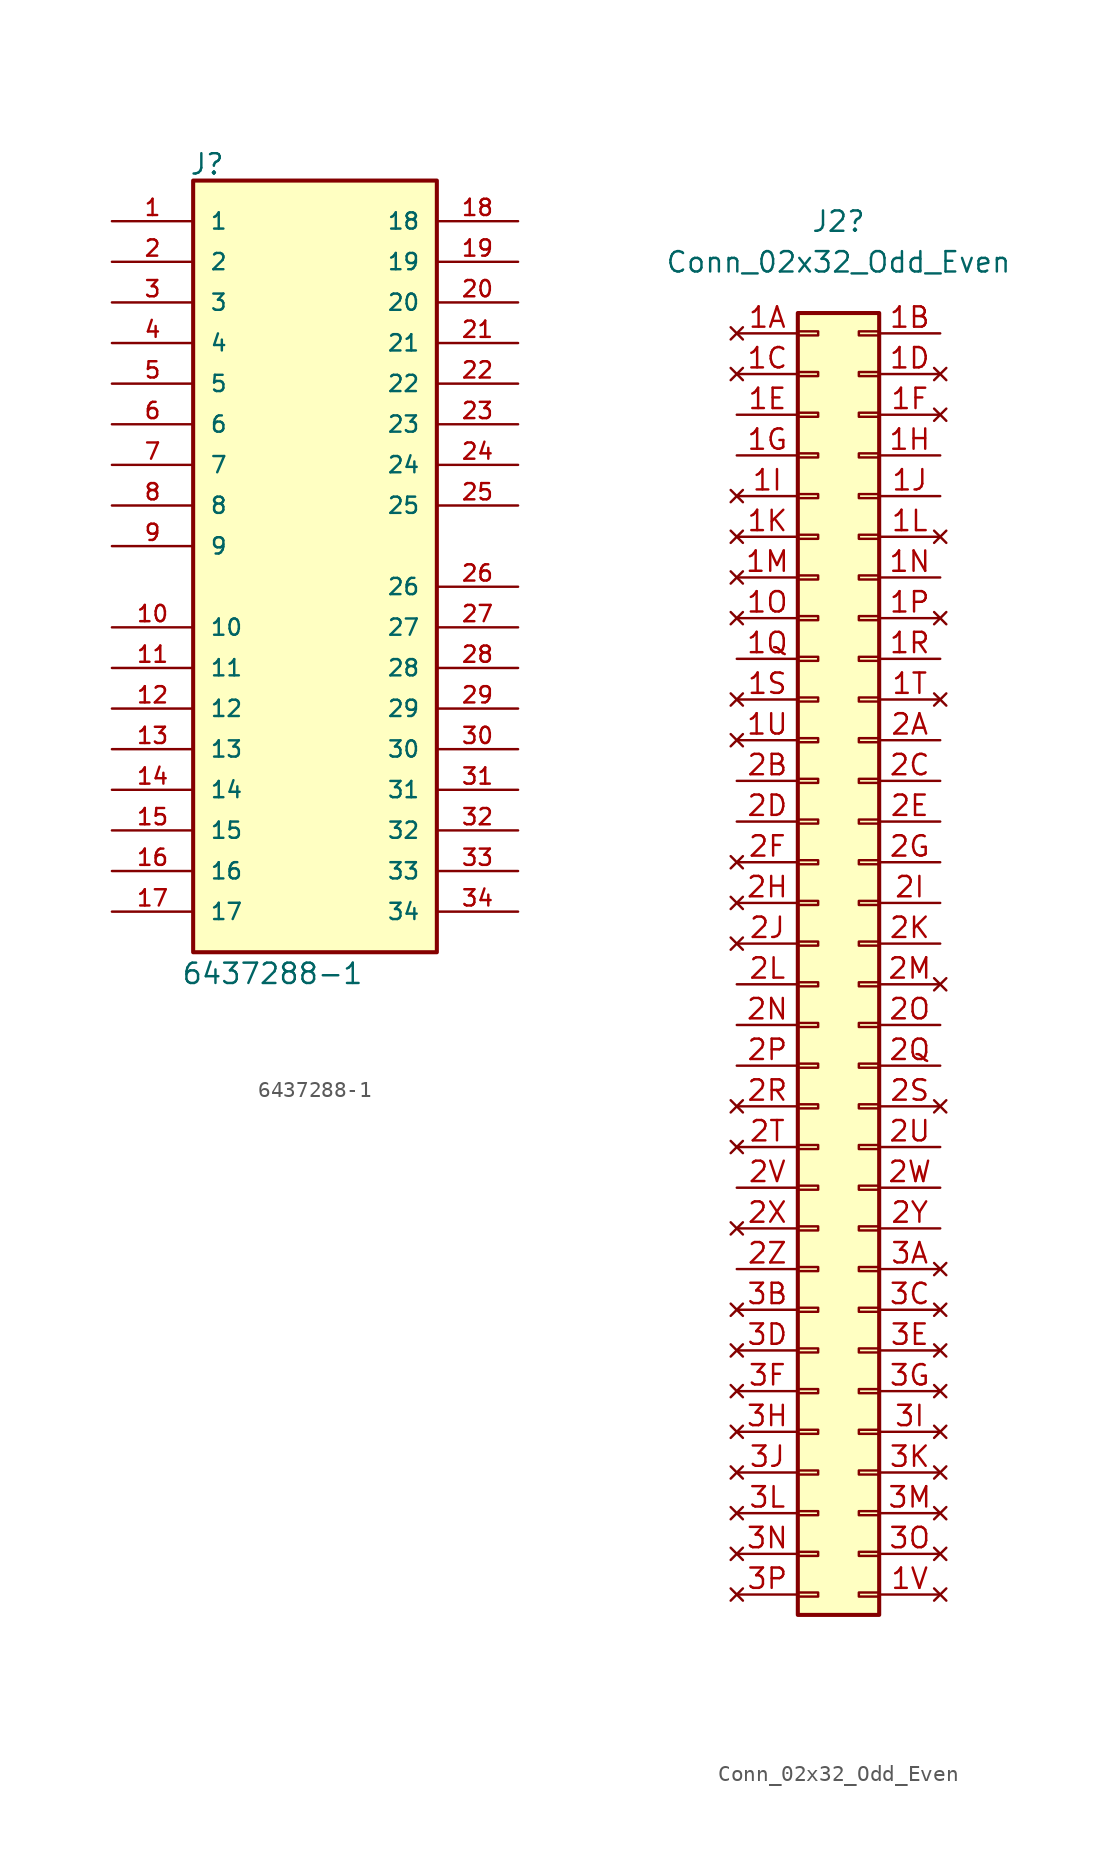
<source format=kicad_sym>
(kicad_symbol_lib
  (version 20211014)
  (generator kicad_symbol_editor)
  (symbol "6437288-1"
    (pin_names
      (offset 1.016))
    (property "Reference" "J"
      (at -7.874 25.679 0)
      (effects (font (size 1.27 1.27)) (justify left bottom)))
    (property "Value" "6437288-1"
      (at -8.382 -24.943 0)
      (effects (font (size 1.27 1.27)) (justify left bottom)))
    (symbol "6437288-1_0_0"
      (rectangle (start -7.62 -22.86) (end 7.62 25.4) (stroke (width 0.254) (type default) (color 0 0 0 0)) (fill (type background)))
      (pin passive line (at -12.7 22.86 0) (length 5.08) (name "1" (effects (font (size 1.016 1.016)))) (number "1" (effects (font (size 1.016 1.016)))))
      (pin passive line (at -12.7 -2.54 0) (length 5.08) (name "10" (effects (font (size 1.016 1.016)))) (number "10" (effects (font (size 1.016 1.016)))))
      (pin passive line (at -12.7 -5.08 0) (length 5.08) (name "11" (effects (font (size 1.016 1.016)))) (number "11" (effects (font (size 1.016 1.016)))))
      (pin passive line (at -12.7 -7.62 0) (length 5.08) (name "12" (effects (font (size 1.016 1.016)))) (number "12" (effects (font (size 1.016 1.016)))))
      (pin passive line (at -12.7 -10.16 0) (length 5.08) (name "13" (effects (font (size 1.016 1.016)))) (number "13" (effects (font (size 1.016 1.016)))))
      (pin passive line (at -12.7 -12.7 0) (length 5.08) (name "14" (effects (font (size 1.016 1.016)))) (number "14" (effects (font (size 1.016 1.016)))))
      (pin passive line (at -12.7 -15.24 0) (length 5.08) (name "15" (effects (font (size 1.016 1.016)))) (number "15" (effects (font (size 1.016 1.016)))))
      (pin passive line (at -12.7 -17.78 0) (length 5.08) (name "16" (effects (font (size 1.016 1.016)))) (number "16" (effects (font (size 1.016 1.016)))))
      (pin passive line (at -12.7 -20.32 0) (length 5.08) (name "17" (effects (font (size 1.016 1.016)))) (number "17" (effects (font (size 1.016 1.016)))))
      (pin passive line (at 12.7 22.86 180) (length 5.08) (name "18" (effects (font (size 1.016 1.016)))) (number "18" (effects (font (size 1.016 1.016)))))
      (pin passive line (at 12.7 20.32 180) (length 5.08) (name "19" (effects (font (size 1.016 1.016)))) (number "19" (effects (font (size 1.016 1.016)))))
      (pin passive line (at -12.7 20.32 0) (length 5.08) (name "2" (effects (font (size 1.016 1.016)))) (number "2" (effects (font (size 1.016 1.016)))))
      (pin passive line (at 12.7 17.78 180) (length 5.08) (name "20" (effects (font (size 1.016 1.016)))) (number "20" (effects (font (size 1.016 1.016)))))
      (pin passive line (at 12.7 15.24 180) (length 5.08) (name "21" (effects (font (size 1.016 1.016)))) (number "21" (effects (font (size 1.016 1.016)))))
      (pin passive line (at 12.7 12.7 180) (length 5.08) (name "22" (effects (font (size 1.016 1.016)))) (number "22" (effects (font (size 1.016 1.016)))))
      (pin passive line (at 12.7 10.16 180) (length 5.08) (name "23" (effects (font (size 1.016 1.016)))) (number "23" (effects (font (size 1.016 1.016)))))
      (pin passive line (at 12.7 7.62 180) (length 5.08) (name "24" (effects (font (size 1.016 1.016)))) (number "24" (effects (font (size 1.016 1.016)))))
      (pin passive line (at 12.7 5.08 180) (length 5.08) (name "25" (effects (font (size 1.016 1.016)))) (number "25" (effects (font (size 1.016 1.016)))))
      (pin passive line (at 12.7 0 180) (length 5.08) (name "26" (effects (font (size 1.016 1.016)))) (number "26" (effects (font (size 1.016 1.016)))))
      (pin passive line (at 12.7 -2.54 180) (length 5.08) (name "27" (effects (font (size 1.016 1.016)))) (number "27" (effects (font (size 1.016 1.016)))))
      (pin passive line (at 12.7 -5.08 180) (length 5.08) (name "28" (effects (font (size 1.016 1.016)))) (number "28" (effects (font (size 1.016 1.016)))))
      (pin passive line (at 12.7 -7.62 180) (length 5.08) (name "29" (effects (font (size 1.016 1.016)))) (number "29" (effects (font (size 1.016 1.016)))))
      (pin passive line (at -12.7 17.78 0) (length 5.08) (name "3" (effects (font (size 1.016 1.016)))) (number "3" (effects (font (size 1.016 1.016)))))
      (pin passive line (at 12.7 -10.16 180) (length 5.08) (name "30" (effects (font (size 1.016 1.016)))) (number "30" (effects (font (size 1.016 1.016)))))
      (pin passive line (at 12.7 -12.7 180) (length 5.08) (name "31" (effects (font (size 1.016 1.016)))) (number "31" (effects (font (size 1.016 1.016)))))
      (pin passive line (at 12.7 -15.24 180) (length 5.08) (name "32" (effects (font (size 1.016 1.016)))) (number "32" (effects (font (size 1.016 1.016)))))
      (pin passive line (at 12.7 -17.78 180) (length 5.08) (name "33" (effects (font (size 1.016 1.016)))) (number "33" (effects (font (size 1.016 1.016)))))
      (pin passive line (at 12.7 -20.32 180) (length 5.08) (name "34" (effects (font (size 1.016 1.016)))) (number "34" (effects (font (size 1.016 1.016)))))
      (pin passive line (at -12.7 15.24 0) (length 5.08) (name "4" (effects (font (size 1.016 1.016)))) (number "4" (effects (font (size 1.016 1.016)))))
      (pin passive line (at -12.7 12.7 0) (length 5.08) (name "5" (effects (font (size 1.016 1.016)))) (number "5" (effects (font (size 1.016 1.016)))))
      (pin passive line (at -12.7 10.16 0) (length 5.08) (name "6" (effects (font (size 1.016 1.016)))) (number "6" (effects (font (size 1.016 1.016)))))
      (pin passive line (at -12.7 7.62 0) (length 5.08) (name "7" (effects (font (size 1.016 1.016)))) (number "7" (effects (font (size 1.016 1.016)))))
      (pin passive line (at -12.7 5.08 0) (length 5.08) (name "8" (effects (font (size 1.016 1.016)))) (number "8" (effects (font (size 1.016 1.016)))))
      (pin passive line (at -12.7 2.54 0) (length 5.08) (name "9" (effects (font (size 1.016 1.016)))) (number "9" (effects (font (size 1.016 1.016)))))))
  (symbol "Conn_02x32_Odd_Even"
    (pin_names
      (offset 1.016) hide)
    (property "Reference" "J2"
      (at 1.27 45.085 0)
      (effects (font (size 1.27 1.27))))
    (property "Value" "Conn_02x32_Odd_Even"
      (at 1.27 42.545 0)
      (effects (font (size 1.27 1.27))))
    (symbol "Conn_02x32_Odd_Even_1_1"
      (rectangle (start -1.27 -40.513) (end 0 -40.767) (stroke (width 0.152) (type default) (color 0 0 0 0)) (fill (type none)))
      (rectangle (start -1.27 -37.973) (end 0 -38.227) (stroke (width 0.152) (type default) (color 0 0 0 0)) (fill (type none)))
      (rectangle (start -1.27 -35.433) (end 0 -35.687) (stroke (width 0.152) (type default) (color 0 0 0 0)) (fill (type none)))
      (rectangle (start -1.27 -32.893) (end 0 -33.147) (stroke (width 0.152) (type default) (color 0 0 0 0)) (fill (type none)))
      (rectangle (start -1.27 -30.353) (end 0 -30.607) (stroke (width 0.152) (type default) (color 0 0 0 0)) (fill (type none)))
      (rectangle (start -1.27 -27.813) (end 0 -28.067) (stroke (width 0.152) (type default) (color 0 0 0 0)) (fill (type none)))
      (rectangle (start -1.27 -25.273) (end 0 -25.527) (stroke (width 0.152) (type default) (color 0 0 0 0)) (fill (type none)))
      (rectangle (start -1.27 -22.733) (end 0 -22.987) (stroke (width 0.152) (type default) (color 0 0 0 0)) (fill (type none)))
      (rectangle (start -1.27 -20.193) (end 0 -20.447) (stroke (width 0.152) (type default) (color 0 0 0 0)) (fill (type none)))
      (rectangle (start -1.27 -17.653) (end 0 -17.907) (stroke (width 0.152) (type default) (color 0 0 0 0)) (fill (type none)))
      (rectangle (start -1.27 -15.113) (end 0 -15.367) (stroke (width 0.152) (type default) (color 0 0 0 0)) (fill (type none)))
      (rectangle (start -1.27 -12.573) (end 0 -12.827) (stroke (width 0.152) (type default) (color 0 0 0 0)) (fill (type none)))
      (rectangle (start -1.27 -10.033) (end 0 -10.287) (stroke (width 0.152) (type default) (color 0 0 0 0)) (fill (type none)))
      (rectangle (start -1.27 -7.493) (end 0 -7.747) (stroke (width 0.152) (type default) (color 0 0 0 0)) (fill (type none)))
      (rectangle (start -1.27 -4.953) (end 0 -5.207) (stroke (width 0.152) (type default) (color 0 0 0 0)) (fill (type none)))
      (rectangle (start -1.27 -2.413) (end 0 -2.667) (stroke (width 0.152) (type default) (color 0 0 0 0)) (fill (type none)))
      (rectangle (start -1.27 0.127) (end 0 -0.127) (stroke (width 0.152) (type default) (color 0 0 0 0)) (fill (type none)))
      (rectangle (start -1.27 2.667) (end 0 2.413) (stroke (width 0.152) (type default) (color 0 0 0 0)) (fill (type none)))
      (rectangle (start -1.27 5.207) (end 0 4.953) (stroke (width 0.152) (type default) (color 0 0 0 0)) (fill (type none)))
      (rectangle (start -1.27 7.747) (end 0 7.493) (stroke (width 0.152) (type default) (color 0 0 0 0)) (fill (type none)))
      (rectangle (start -1.27 10.287) (end 0 10.033) (stroke (width 0.152) (type default) (color 0 0 0 0)) (fill (type none)))
      (rectangle (start -1.27 12.827) (end 0 12.573) (stroke (width 0.152) (type default) (color 0 0 0 0)) (fill (type none)))
      (rectangle (start -1.27 15.367) (end 0 15.113) (stroke (width 0.152) (type default) (color 0 0 0 0)) (fill (type none)))
      (rectangle (start -1.27 17.907) (end 0 17.653) (stroke (width 0.152) (type default) (color 0 0 0 0)) (fill (type none)))
      (rectangle (start -1.27 20.447) (end 0 20.193) (stroke (width 0.152) (type default) (color 0 0 0 0)) (fill (type none)))
      (rectangle (start -1.27 22.987) (end 0 22.733) (stroke (width 0.152) (type default) (color 0 0 0 0)) (fill (type none)))
      (rectangle (start -1.27 25.527) (end 0 25.273) (stroke (width 0.152) (type default) (color 0 0 0 0)) (fill (type none)))
      (rectangle (start -1.27 28.067) (end 0 27.813) (stroke (width 0.152) (type default) (color 0 0 0 0)) (fill (type none)))
      (rectangle (start -1.27 30.607) (end 0 30.353) (stroke (width 0.152) (type default) (color 0 0 0 0)) (fill (type none)))
      (rectangle (start -1.27 33.147) (end 0 32.893) (stroke (width 0.152) (type default) (color 0 0 0 0)) (fill (type none)))
      (rectangle (start -1.27 35.687) (end 0 35.433) (stroke (width 0.152) (type default) (color 0 0 0 0)) (fill (type none)))
      (rectangle (start -1.27 38.227) (end 0 37.973) (stroke (width 0.152) (type default) (color 0 0 0 0)) (fill (type none)))
      (rectangle (start -1.27 39.37) (end 3.81 -41.91) (stroke (width 0.254) (type default) (color 0 0 0 0)) (fill (type background)))
      (rectangle (start 3.81 -40.513) (end 2.54 -40.767) (stroke (width 0.152) (type default) (color 0 0 0 0)) (fill (type none)))
      (rectangle (start 3.81 -37.973) (end 2.54 -38.227) (stroke (width 0.152) (type default) (color 0 0 0 0)) (fill (type none)))
      (rectangle (start 3.81 -35.433) (end 2.54 -35.687) (stroke (width 0.152) (type default) (color 0 0 0 0)) (fill (type none)))
      (rectangle (start 3.81 -32.893) (end 2.54 -33.147) (stroke (width 0.152) (type default) (color 0 0 0 0)) (fill (type none)))
      (rectangle (start 3.81 -30.353) (end 2.54 -30.607) (stroke (width 0.152) (type default) (color 0 0 0 0)) (fill (type none)))
      (rectangle (start 3.81 -27.813) (end 2.54 -28.067) (stroke (width 0.152) (type default) (color 0 0 0 0)) (fill (type none)))
      (rectangle (start 3.81 -25.273) (end 2.54 -25.527) (stroke (width 0.152) (type default) (color 0 0 0 0)) (fill (type none)))
      (rectangle (start 3.81 -22.733) (end 2.54 -22.987) (stroke (width 0.152) (type default) (color 0 0 0 0)) (fill (type none)))
      (rectangle (start 3.81 -20.193) (end 2.54 -20.447) (stroke (width 0.152) (type default) (color 0 0 0 0)) (fill (type none)))
      (rectangle (start 3.81 -17.653) (end 2.54 -17.907) (stroke (width 0.152) (type default) (color 0 0 0 0)) (fill (type none)))
      (rectangle (start 3.81 -15.113) (end 2.54 -15.367) (stroke (width 0.152) (type default) (color 0 0 0 0)) (fill (type none)))
      (rectangle (start 3.81 -12.573) (end 2.54 -12.827) (stroke (width 0.152) (type default) (color 0 0 0 0)) (fill (type none)))
      (rectangle (start 3.81 -10.033) (end 2.54 -10.287) (stroke (width 0.152) (type default) (color 0 0 0 0)) (fill (type none)))
      (rectangle (start 3.81 -7.493) (end 2.54 -7.747) (stroke (width 0.152) (type default) (color 0 0 0 0)) (fill (type none)))
      (rectangle (start 3.81 -4.953) (end 2.54 -5.207) (stroke (width 0.152) (type default) (color 0 0 0 0)) (fill (type none)))
      (rectangle (start 3.81 -2.413) (end 2.54 -2.667) (stroke (width 0.152) (type default) (color 0 0 0 0)) (fill (type none)))
      (rectangle (start 3.81 0.127) (end 2.54 -0.127) (stroke (width 0.152) (type default) (color 0 0 0 0)) (fill (type none)))
      (rectangle (start 3.81 2.667) (end 2.54 2.413) (stroke (width 0.152) (type default) (color 0 0 0 0)) (fill (type none)))
      (rectangle (start 3.81 5.207) (end 2.54 4.953) (stroke (width 0.152) (type default) (color 0 0 0 0)) (fill (type none)))
      (rectangle (start 3.81 7.747) (end 2.54 7.493) (stroke (width 0.152) (type default) (color 0 0 0 0)) (fill (type none)))
      (rectangle (start 3.81 10.287) (end 2.54 10.033) (stroke (width 0.152) (type default) (color 0 0 0 0)) (fill (type none)))
      (rectangle (start 3.81 12.827) (end 2.54 12.573) (stroke (width 0.152) (type default) (color 0 0 0 0)) (fill (type none)))
      (rectangle (start 3.81 15.367) (end 2.54 15.113) (stroke (width 0.152) (type default) (color 0 0 0 0)) (fill (type none)))
      (rectangle (start 3.81 17.907) (end 2.54 17.653) (stroke (width 0.152) (type default) (color 0 0 0 0)) (fill (type none)))
      (rectangle (start 3.81 20.447) (end 2.54 20.193) (stroke (width 0.152) (type default) (color 0 0 0 0)) (fill (type none)))
      (rectangle (start 3.81 22.987) (end 2.54 22.733) (stroke (width 0.152) (type default) (color 0 0 0 0)) (fill (type none)))
      (rectangle (start 3.81 25.527) (end 2.54 25.273) (stroke (width 0.152) (type default) (color 0 0 0 0)) (fill (type none)))
      (rectangle (start 3.81 28.067) (end 2.54 27.813) (stroke (width 0.152) (type default) (color 0 0 0 0)) (fill (type none)))
      (rectangle (start 3.81 30.607) (end 2.54 30.353) (stroke (width 0.152) (type default) (color 0 0 0 0)) (fill (type none)))
      (rectangle (start 3.81 33.147) (end 2.54 32.893) (stroke (width 0.152) (type default) (color 0 0 0 0)) (fill (type none)))
      (rectangle (start 3.81 35.687) (end 2.54 35.433) (stroke (width 0.152) (type default) (color 0 0 0 0)) (fill (type none)))
      (rectangle (start 3.81 38.227) (end 2.54 37.973) (stroke (width 0.152) (type default) (color 0 0 0 0)) (fill (type none)))
      (pin no_connect line (at -5.08 38.1 0) (length 3.81) (name "NC" (effects (font (size 1.27 1.27)))) (number "1A" (effects (font (size 1.27 1.27)))))
      (pin power_in line (at 7.62 38.1 180) (length 3.81) (name "+12V" (effects (font (size 1.27 1.27)))) (number "1B" (effects (font (size 1.27 1.27)))))
      (pin no_connect line (at -5.08 35.56 0) (length 3.81) (name "NC" (effects (font (size 1.27 1.27)))) (number "1C" (effects (font (size 1.27 1.27)))))
      (pin no_connect line (at 7.62 35.56 180) (length 3.81) (name "NC" (effects (font (size 1.27 1.27)))) (number "1D" (effects (font (size 1.27 1.27)))))
      (pin output line (at -5.08 33.02 0) (length 3.81) (name "CEL" (effects (font (size 1.27 1.27)))) (number "1E" (effects (font (size 1.27 1.27)))))
      (pin no_connect line (at 7.62 33.02 180) (length 3.81) (name "NC" (effects (font (size 1.27 1.27)))) (number "1F" (effects (font (size 1.27 1.27)))))
      (pin output line (at -5.08 30.48 0) (length 3.81) (name "IGNA" (effects (font (size 1.27 1.27)))) (number "1G" (effects (font (size 1.27 1.27)))))
      (pin output line (at 7.62 30.48 180) (length 3.81) (name "IGNB" (effects (font (size 1.27 1.27)))) (number "1H" (effects (font (size 1.27 1.27)))))
      (pin no_connect line (at -5.08 27.94 0) (length 3.81) (name "NC" (effects (font (size 1.27 1.27)))) (number "1I" (effects (font (size 1.27 1.27)))))
      (pin output line (at 7.62 27.94 180) (length 3.81) (name "AC_OUT" (effects (font (size 1.27 1.27)))) (number "1J" (effects (font (size 1.27 1.27)))))
      (pin no_connect line (at -5.08 25.4 0) (length 3.81) (name "NC" (effects (font (size 1.27 1.27)))) (number "1K" (effects (font (size 1.27 1.27)))))
      (pin no_connect line (at 7.62 25.4 180) (length 3.81) (name "NC" (effects (font (size 1.27 1.27)))) (number "1L" (effects (font (size 1.27 1.27)))))
      (pin no_connect line (at -5.08 22.86 0) (length 3.81) (name "NC" (effects (font (size 1.27 1.27)))) (number "1M" (effects (font (size 1.27 1.27)))))
      (pin power_out line (at 7.62 22.86 180) (length 3.81) (name "5VREF" (effects (font (size 1.27 1.27)))) (number "1N" (effects (font (size 1.27 1.27)))))
      (pin no_connect line (at -5.08 20.32 0) (length 3.81) (name "NC" (effects (font (size 1.27 1.27)))) (number "1O" (effects (font (size 1.27 1.27)))))
      (pin no_connect line (at 7.62 20.32 180) (length 3.81) (name "NC" (effects (font (size 1.27 1.27)))) (number "1P" (effects (font (size 1.27 1.27)))))
      (pin input line (at -5.08 17.78 0) (length 3.81) (name "AC_IN" (effects (font (size 1.27 1.27)))) (number "1Q" (effects (font (size 1.27 1.27)))))
      (pin output line (at 7.62 17.78 180) (length 3.81) (name "FAN" (effects (font (size 1.27 1.27)))) (number "1R" (effects (font (size 1.27 1.27)))))
      (pin no_connect line (at -5.08 15.24 0) (length 3.81) (name "NC" (effects (font (size 1.27 1.27)))) (number "1S" (effects (font (size 1.27 1.27)))))
      (pin no_connect line (at 7.62 15.24 180) (length 3.81) (name "NC" (effects (font (size 1.27 1.27)))) (number "1T" (effects (font (size 1.27 1.27)))))
      (pin no_connect line (at -5.08 12.7 0) (length 3.81) (name "NC" (effects (font (size 1.27 1.27)))) (number "1U" (effects (font (size 1.27 1.27)))))
      (pin no_connect line (at 7.62 -40.64 180) (length 3.81) (name "NC" (effects (font (size 1.27 1.27)))) (number "1V" (effects (font (size 1.27 1.27)))))
      (pin power_in line (at 7.62 12.7 180) (length 3.81) (name "GND" (effects (font (size 1.27 1.27)))) (number "2A" (effects (font (size 1.27 1.27)))))
      (pin power_in line (at -5.08 10.16 0) (length 3.81) (name "GND" (effects (font (size 1.27 1.27)))) (number "2B" (effects (font (size 1.27 1.27)))))
      (pin power_out line (at 7.62 10.16 180) (length 3.81) (name "SGND" (effects (font (size 1.27 1.27)))) (number "2C" (effects (font (size 1.27 1.27)))))
      (pin power_out line (at -5.08 7.62 0) (length 3.81) (name "SGND" (effects (font (size 1.27 1.27)))) (number "2D" (effects (font (size 1.27 1.27)))))
      (pin input line (at 7.62 7.62 180) (length 3.81) (name "CRANK_IN" (effects (font (size 1.27 1.27)))) (number "2E" (effects (font (size 1.27 1.27)))))
      (pin no_connect line (at -5.08 5.08 0) (length 3.81) (name "NC" (effects (font (size 1.27 1.27)))) (number "2F" (effects (font (size 1.27 1.27)))))
      (pin input line (at 7.62 5.08 180) (length 3.81) (name "CAM_IN" (effects (font (size 1.27 1.27)))) (number "2G" (effects (font (size 1.27 1.27)))))
      (pin no_connect line (at -5.08 2.54 0) (length 3.81) (name "NC" (effects (font (size 1.27 1.27)))) (number "2H" (effects (font (size 1.27 1.27)))))
      (pin output line (at 7.62 2.54 180) (length 3.81) (name "TACH" (effects (font (size 1.27 1.27)))) (number "2I" (effects (font (size 1.27 1.27)))))
      (pin no_connect line (at -5.08 0 0) (length 3.81) (name "NC" (effects (font (size 1.27 1.27)))) (number "2J" (effects (font (size 1.27 1.27)))))
      (pin input line (at 7.62 0 180) (length 3.81) (name "AFM" (effects (font (size 1.27 1.27)))) (number "2K" (effects (font (size 1.27 1.27)))))
      (pin input line (at -5.08 -2.54 0) (length 3.81) (name "TPS" (effects (font (size 1.27 1.27)))) (number "2L" (effects (font (size 1.27 1.27)))))
      (pin no_connect line (at 7.62 -2.54 180) (length 3.81) (name "NC" (effects (font (size 1.27 1.27)))) (number "2M" (effects (font (size 1.27 1.27)))))
      (pin input line (at -5.08 -5.08 0) (length 3.81) (name "NBO2" (effects (font (size 1.27 1.27)))) (number "2N" (effects (font (size 1.27 1.27)))))
      (pin output line (at 7.62 -5.08 180) (length 3.81) (name "FUELP" (effects (font (size 1.27 1.27)))) (number "2O" (effects (font (size 1.27 1.27)))))
      (pin input line (at -5.08 -7.62 0) (length 3.81) (name "AIT" (effects (font (size 1.27 1.27)))) (number "2P" (effects (font (size 1.27 1.27)))))
      (pin input line (at 7.62 -7.62 180) (length 3.81) (name "CLT" (effects (font (size 1.27 1.27)))) (number "2Q" (effects (font (size 1.27 1.27)))))
      (pin no_connect line (at -5.08 -10.16 0) (length 3.81) (name "NC" (effects (font (size 1.27 1.27)))) (number "2R" (effects (font (size 1.27 1.27)))))
      (pin no_connect line (at 7.62 -10.16 180) (length 3.81) (name "NC" (effects (font (size 1.27 1.27)))) (number "2S" (effects (font (size 1.27 1.27)))))
      (pin no_connect line (at -5.08 -12.7 0) (length 3.81) (name "NC" (effects (font (size 1.27 1.27)))) (number "2T" (effects (font (size 1.27 1.27)))))
      (pin output line (at 7.62 -12.7 180) (length 3.81) (name "INJ1" (effects (font (size 1.27 1.27)))) (number "2U" (effects (font (size 1.27 1.27)))))
      (pin output line (at -5.08 -15.24 0) (length 3.81) (name "INJ2" (effects (font (size 1.27 1.27)))) (number "2V" (effects (font (size 1.27 1.27)))))
      (pin output line (at 7.62 -15.24 180) (length 3.81) (name "IDLE" (effects (font (size 1.27 1.27)))) (number "2W" (effects (font (size 1.27 1.27)))))
      (pin no_connect line (at -5.08 -17.78 0) (length 3.81) (name "NC" (effects (font (size 1.27 1.27)))) (number "2X" (effects (font (size 1.27 1.27)))))
      (pin output line (at 7.62 -17.78 180) (length 3.81) (name "INJ3" (effects (font (size 1.27 1.27)))) (number "2Y" (effects (font (size 1.27 1.27)))))
      (pin output line (at -5.08 -20.32 0) (length 3.81) (name "INJ4" (effects (font (size 1.27 1.27)))) (number "2Z" (effects (font (size 1.27 1.27)))))
      (pin no_connect line (at 7.62 -20.32 180) (length 3.81) (name "NC" (effects (font (size 1.27 1.27)))) (number "3A" (effects (font (size 1.27 1.27)))))
      (pin no_connect line (at -5.08 -22.86 0) (length 3.81) (name "NC" (effects (font (size 1.27 1.27)))) (number "3B" (effects (font (size 1.27 1.27)))))
      (pin no_connect line (at 7.62 -22.86 180) (length 3.81) (name "NC" (effects (font (size 1.27 1.27)))) (number "3C" (effects (font (size 1.27 1.27)))))
      (pin no_connect line (at -5.08 -25.4 0) (length 3.81) (name "NC" (effects (font (size 1.27 1.27)))) (number "3D" (effects (font (size 1.27 1.27)))))
      (pin no_connect line (at 7.62 -25.4 180) (length 3.81) (name "NC" (effects (font (size 1.27 1.27)))) (number "3E" (effects (font (size 1.27 1.27)))))
      (pin no_connect line (at -5.08 -27.94 0) (length 3.81) (name "NC" (effects (font (size 1.27 1.27)))) (number "3F" (effects (font (size 1.27 1.27)))))
      (pin no_connect line (at 7.62 -27.94 180) (length 3.81) (name "NC" (effects (font (size 1.27 1.27)))) (number "3G" (effects (font (size 1.27 1.27)))))
      (pin no_connect line (at -5.08 -30.48 0) (length 3.81) (name "NC" (effects (font (size 1.27 1.27)))) (number "3H" (effects (font (size 1.27 1.27)))))
      (pin no_connect line (at 7.62 -30.48 180) (length 3.81) (name "NC" (effects (font (size 1.27 1.27)))) (number "3I" (effects (font (size 1.27 1.27)))))
      (pin no_connect line (at -5.08 -33.02 0) (length 3.81) (name "NC" (effects (font (size 1.27 1.27)))) (number "3J" (effects (font (size 1.27 1.27)))))
      (pin no_connect line (at 7.62 -33.02 180) (length 3.81) (name "NC" (effects (font (size 1.27 1.27)))) (number "3K" (effects (font (size 1.27 1.27)))))
      (pin no_connect line (at -5.08 -35.56 0) (length 3.81) (name "NC" (effects (font (size 1.27 1.27)))) (number "3L" (effects (font (size 1.27 1.27)))))
      (pin no_connect line (at 7.62 -35.56 180) (length 3.81) (name "NC" (effects (font (size 1.27 1.27)))) (number "3M" (effects (font (size 1.27 1.27)))))
      (pin no_connect line (at -5.08 -38.1 0) (length 3.81) (name "NC" (effects (font (size 1.27 1.27)))) (number "3N" (effects (font (size 1.27 1.27)))))
      (pin no_connect line (at 7.62 -38.1 180) (length 3.81) (name "NC" (effects (font (size 1.27 1.27)))) (number "3O" (effects (font (size 1.27 1.27)))))
      (pin no_connect line (at -5.08 -40.64 0) (length 3.81) (name "NC" (effects (font (size 1.27 1.27)))) (number "3P" (effects (font (size 1.27 1.27))))))))
</source>
